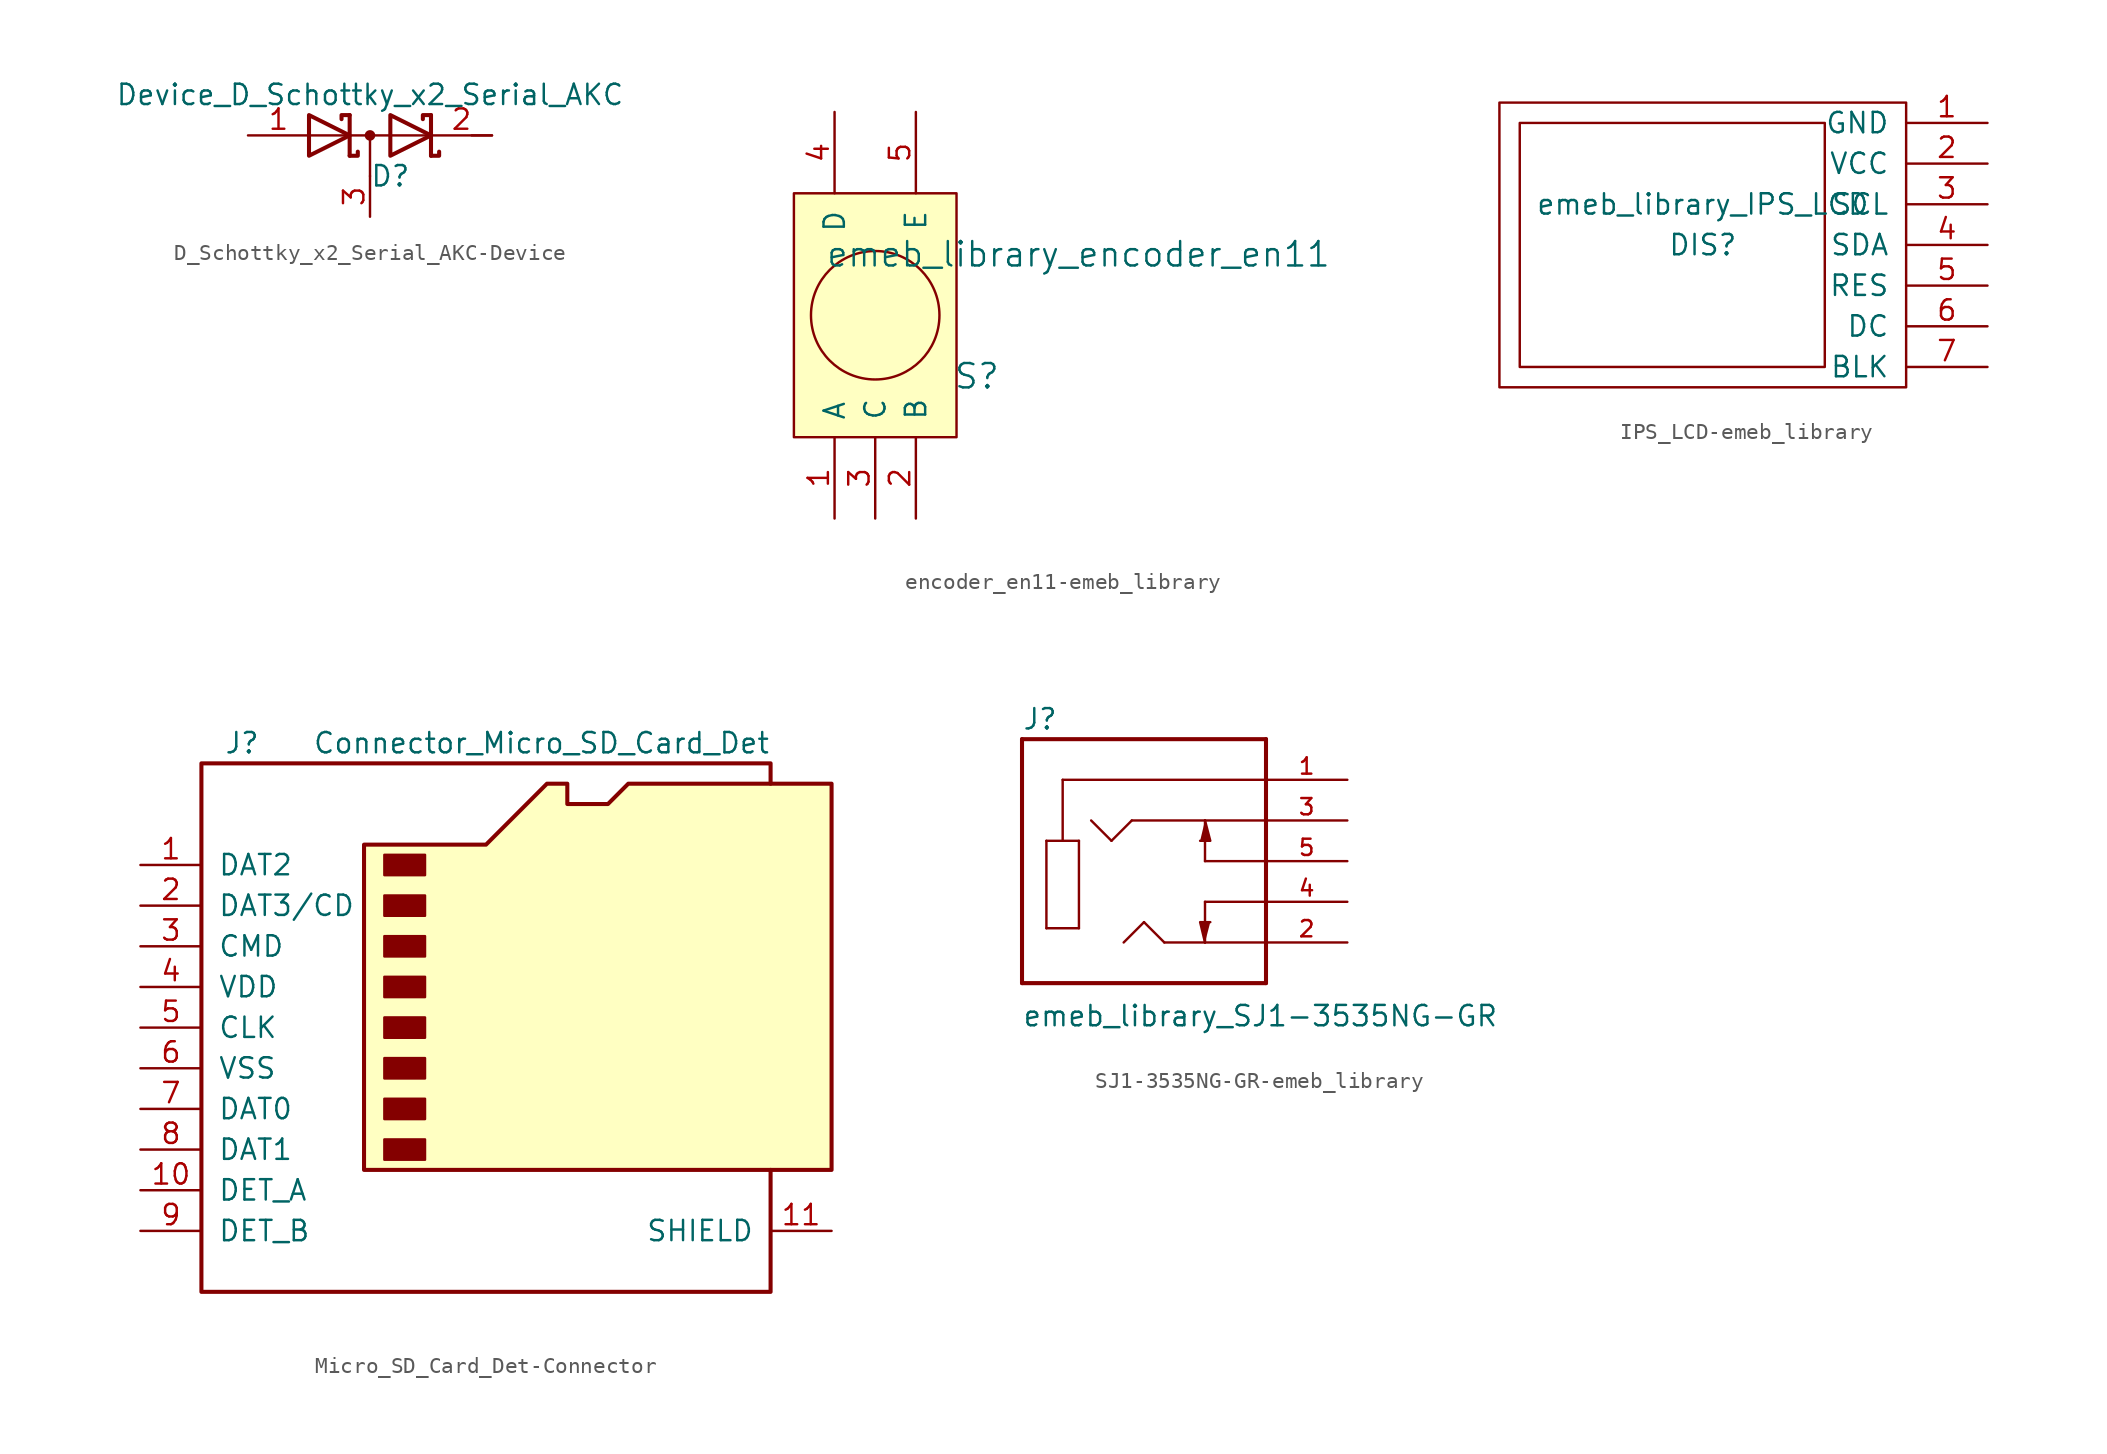
<source format=kicad_sym>
(kicad_symbol_lib
  (version 20231120)
  (generator "kicad_symbol_editor")
  (generator_version "8.0")
  (symbol "D_Schottky_x2_Serial_AKC-Device"
    (pin_names
      (offset 0.762) hide)
    (property "Reference" "D"
      (at 1.27 -2.54 0)
      (effects (font (size 1.27 1.27))))
    (property "Value" "Device_D_Schottky_x2_Serial_AKC"
      (at 0 2.54 0)
      (effects (font (size 1.27 1.27))))
    (symbol "D_Schottky_x2_Serial_AKC-Device_0_1"
      (polyline (pts (xy -3.81 0) (xy 3.81 0)) (stroke (width 0) (type solid)) (fill (type none)))
      (polyline (pts (xy 0 0) (xy 0 -2.54)) (stroke (width 0) (type solid)) (fill (type none)))
      (polyline (pts (xy 6.35 0) (xy 7.62 0)) (stroke (width 0) (type solid)) (fill (type none)))
      (polyline (pts (xy -1.27 -1.27) (xy -1.27 1.27) (xy -1.27 1.27)) (stroke (width 0.254) (type solid)) (fill (type none)))
      (polyline (pts (xy 3.81 1.27) (xy 3.81 -1.27) (xy 3.81 -1.27)) (stroke (width 0.254) (type solid)) (fill (type none)))
      (polyline (pts (xy -1.27 -1.27) (xy -0.762 -1.27) (xy -0.762 -1.016) (xy -0.762 -1.016)) (stroke (width 0.254) (type solid)) (fill (type none)))
      (polyline (pts (xy 3.81 -1.27) (xy 4.318 -1.27) (xy 4.318 -1.016) (xy 4.318 -1.016)) (stroke (width 0.254) (type solid)) (fill (type none)))
      (polyline (pts (xy 3.81 1.27) (xy 3.302 1.27) (xy 3.302 1.016) (xy 3.302 1.016)) (stroke (width 0.254) (type solid)) (fill (type none)))
      (polyline (pts (xy -1.778 1.016) (xy -1.778 1.27) (xy -1.27 1.27) (xy -1.27 1.27) (xy -1.27 1.27)) (stroke (width 0.254) (type solid)) (fill (type none)))
      (polyline (pts (xy -3.81 1.27) (xy -1.27 0) (xy -3.81 -1.27) (xy -3.81 1.27) (xy -3.81 1.27) (xy -3.81 1.27)) (stroke (width 0.254) (type solid)) (fill (type none)))
      (polyline (pts (xy 1.27 1.27) (xy 3.81 0) (xy 1.27 -1.27) (xy 1.27 1.27) (xy 1.27 1.27) (xy 1.27 1.27)) (stroke (width 0.254) (type solid)) (fill (type none)))
      (circle (center 0 0) (radius 0.254) (stroke (width 0) (type solid)) (fill (type outline)))
      (pin passive line (at -7.62 0 0) (length 3.81) (name "A" (effects (font (size 1.27 1.27)))) (number "1" (effects (font (size 1.27 1.27)))))
      (pin passive line (at 7.62 0 180) (length 3.81) (name "K" (effects (font (size 1.27 1.27)))) (number "2" (effects (font (size 1.27 1.27)))))
      (pin passive line (at 0 -5.08 90) (length 2.54) (name "common" (effects (font (size 1.27 1.27)))) (number "3" (effects (font (size 1.27 1.27)))))))
  (symbol "encoder_en11-emeb_library"
    (pin_names
      (offset 1.016))
    (property "Reference" "S"
      (at 6.35 -3.81 0)
      (effects (font (size 1.524 1.524))))
    (property "Value" "emeb_library_encoder_en11"
      (at 12.7 3.81 0)
      (effects (font (size 1.524 1.524))))
    (property "Footprint" ""
      (at 0 -7.62 0)
      (effects (font (size 1.524 1.524))))
    (property "Datasheet" ""
      (at 0 -7.62 0)
      (effects (font (size 1.524 1.524))))
    (symbol "encoder_en11-emeb_library_0_1"
      (rectangle (start -5.08 7.62) (end 5.08 -7.62) (stroke (width 0) (type solid)) (fill (type background)))
      (circle (center 0 0) (radius 4.013) (stroke (width 0) (type solid)) (fill (type none))))
    (symbol "encoder_en11-emeb_library_1_1"
      (pin input line (at -2.54 -12.7 90) (length 5.08) (name "A" (effects (font (size 1.27 1.27)))) (number "1" (effects (font (size 1.27 1.27)))))
      (pin input line (at 2.54 -12.7 90) (length 5.08) (name "B" (effects (font (size 1.27 1.27)))) (number "2" (effects (font (size 1.27 1.27)))))
      (pin input line (at 0 -12.7 90) (length 5.08) (name "C" (effects (font (size 1.27 1.27)))) (number "3" (effects (font (size 1.27 1.27)))))
      (pin input line (at -2.54 12.7 270) (length 5.08) (name "D" (effects (font (size 1.27 1.27)))) (number "4" (effects (font (size 1.27 1.27)))))
      (pin input line (at 2.54 12.7 270) (length 5.08) (name "E" (effects (font (size 1.27 1.27)))) (number "5" (effects (font (size 1.27 1.27)))))))
  (symbol "IPS_LCD-emeb_library"
    (pin_names
      (offset 1.016))
    (property "Reference" "DIS"
      (at 0 0 0)
      (effects (font (size 1.27 1.27))))
    (property "Value" "emeb_library_IPS_LCD"
      (at 0 2.54 0)
      (effects (font (size 1.27 1.27))))
    (symbol "IPS_LCD-emeb_library_0_1"
      (rectangle (start -12.7 8.89) (end 12.7 -8.89) (stroke (width 0) (type solid)) (fill (type none)))
      (rectangle (start -11.43 7.62) (end 7.62 -7.62) (stroke (width 0) (type solid)) (fill (type none))))
    (symbol "IPS_LCD-emeb_library_1_1"
      (pin power_in line (at 17.78 7.62 180) (length 5.08) (name "GND" (effects (font (size 1.27 1.27)))) (number "1" (effects (font (size 1.27 1.27)))))
      (pin power_in line (at 17.78 5.08 180) (length 5.08) (name "VCC" (effects (font (size 1.27 1.27)))) (number "2" (effects (font (size 1.27 1.27)))))
      (pin input line (at 17.78 2.54 180) (length 5.08) (name "SCL" (effects (font (size 1.27 1.27)))) (number "3" (effects (font (size 1.27 1.27)))))
      (pin input line (at 17.78 0 180) (length 5.08) (name "SDA" (effects (font (size 1.27 1.27)))) (number "4" (effects (font (size 1.27 1.27)))))
      (pin input line (at 17.78 -2.54 180) (length 5.08) (name "RES" (effects (font (size 1.27 1.27)))) (number "5" (effects (font (size 1.27 1.27)))))
      (pin input line (at 17.78 -5.08 180) (length 5.08) (name "DC" (effects (font (size 1.27 1.27)))) (number "6" (effects (font (size 1.27 1.27)))))
      (pin input line (at 17.78 -7.62 180) (length 5.08) (name "BLK" (effects (font (size 1.27 1.27)))) (number "7" (effects (font (size 1.27 1.27)))))))
  (symbol "Micro_SD_Card_Det-Connector"
    (pin_names
      (offset 1.016))
    (property "Reference" "J"
      (at -16.51 17.78 0)
      (effects (font (size 1.27 1.27))))
    (property "Value" "Connector_Micro_SD_Card_Det"
      (at 16.51 17.78 0)
      (effects (font (size 1.27 1.27)) (justify right)))
    (symbol "Micro_SD_Card_Det-Connector_0_1"
      (rectangle (start -7.62 -6.985) (end -5.08 -8.255) (stroke (width 0) (type solid)) (fill (type outline)))
      (rectangle (start -7.62 -4.445) (end -5.08 -5.715) (stroke (width 0) (type solid)) (fill (type outline)))
      (rectangle (start -7.62 -1.905) (end -5.08 -3.175) (stroke (width 0) (type solid)) (fill (type outline)))
      (rectangle (start -7.62 0.635) (end -5.08 -0.635) (stroke (width 0) (type solid)) (fill (type outline)))
      (rectangle (start -7.62 3.175) (end -5.08 1.905) (stroke (width 0) (type solid)) (fill (type outline)))
      (rectangle (start -7.62 5.715) (end -5.08 4.445) (stroke (width 0) (type solid)) (fill (type outline)))
      (rectangle (start -7.62 8.255) (end -5.08 6.985) (stroke (width 0) (type solid)) (fill (type outline)))
      (rectangle (start -7.62 10.795) (end -5.08 9.525) (stroke (width 0) (type solid)) (fill (type outline)))
      (polyline (pts (xy 16.51 15.24) (xy 16.51 16.51) (xy -19.05 16.51) (xy -19.05 -16.51) (xy 16.51 -16.51) (xy 16.51 -8.89)) (stroke (width 0.254) (type solid)) (fill (type none)))
      (polyline (pts (xy -8.89 -8.89) (xy -8.89 11.43) (xy -1.27 11.43) (xy 2.54 15.24) (xy 3.81 15.24) (xy 3.81 13.97) (xy 6.35 13.97) (xy 7.62 15.24) (xy 20.32 15.24) (xy 20.32 -8.89) (xy -8.89 -8.89)) (stroke (width 0.254) (type solid)) (fill (type background))))
    (symbol "Micro_SD_Card_Det-Connector_1_1"
      (pin bidirectional line (at -22.86 10.16 0) (length 3.81) (name "DAT2" (effects (font (size 1.27 1.27)))) (number "1" (effects (font (size 1.27 1.27)))))
      (pin passive line (at -22.86 -10.16 0) (length 3.81) (name "DET_A" (effects (font (size 1.27 1.27)))) (number "10" (effects (font (size 1.27 1.27)))))
      (pin passive line (at 20.32 -12.7 180) (length 3.81) (name "SHIELD" (effects (font (size 1.27 1.27)))) (number "11" (effects (font (size 1.27 1.27)))))
      (pin bidirectional line (at -22.86 7.62 0) (length 3.81) (name "DAT3/CD" (effects (font (size 1.27 1.27)))) (number "2" (effects (font (size 1.27 1.27)))))
      (pin input line (at -22.86 5.08 0) (length 3.81) (name "CMD" (effects (font (size 1.27 1.27)))) (number "3" (effects (font (size 1.27 1.27)))))
      (pin power_in line (at -22.86 2.54 0) (length 3.81) (name "VDD" (effects (font (size 1.27 1.27)))) (number "4" (effects (font (size 1.27 1.27)))))
      (pin input line (at -22.86 0 0) (length 3.81) (name "CLK" (effects (font (size 1.27 1.27)))) (number "5" (effects (font (size 1.27 1.27)))))
      (pin power_in line (at -22.86 -2.54 0) (length 3.81) (name "VSS" (effects (font (size 1.27 1.27)))) (number "6" (effects (font (size 1.27 1.27)))))
      (pin bidirectional line (at -22.86 -5.08 0) (length 3.81) (name "DAT0" (effects (font (size 1.27 1.27)))) (number "7" (effects (font (size 1.27 1.27)))))
      (pin bidirectional line (at -22.86 -7.62 0) (length 3.81) (name "DAT1" (effects (font (size 1.27 1.27)))) (number "8" (effects (font (size 1.27 1.27)))))
      (pin passive line (at -22.86 -12.7 0) (length 3.81) (name "DET_B" (effects (font (size 1.27 1.27)))) (number "9" (effects (font (size 1.27 1.27)))))))
  (symbol "SJ1-3535NG-GR-emeb_library"
    (pin_names
      (offset 1.016) hide)
    (property "Reference" "J"
      (at -7.62 8.128 0)
      (effects (font (size 1.27 1.27)) (justify left bottom)))
    (property "Value" "emeb_library_SJ1-3535NG-GR"
      (at -7.62 -10.414 0)
      (effects (font (size 1.27 1.27)) (justify left bottom)))
    (property "ki_locked" ""
      (at 0 0 0)
      (effects (font (size 1.27 1.27))))
    (symbol "SJ1-3535NG-GR-emeb_library_0_0"
      (polyline (pts (xy -7.62 -7.62) (xy -7.62 7.62)) (stroke (width 0.254) (type solid)) (fill (type none)))
      (polyline (pts (xy -7.62 7.62) (xy 7.62 7.62)) (stroke (width 0.254) (type solid)) (fill (type none)))
      (polyline (pts (xy -6.096 -4.191) (xy -6.096 1.27)) (stroke (width 0.152) (type solid)) (fill (type none)))
      (polyline (pts (xy -6.096 1.27) (xy -5.08 1.27)) (stroke (width 0.152) (type solid)) (fill (type none)))
      (polyline (pts (xy -5.08 1.27) (xy -4.064 1.27)) (stroke (width 0.152) (type solid)) (fill (type none)))
      (polyline (pts (xy -5.08 5.08) (xy -5.08 1.27)) (stroke (width 0.152) (type solid)) (fill (type none)))
      (polyline (pts (xy -4.064 -4.191) (xy -6.096 -4.191)) (stroke (width 0.152) (type solid)) (fill (type none)))
      (polyline (pts (xy -4.064 1.27) (xy -4.064 -4.191)) (stroke (width 0.152) (type solid)) (fill (type none)))
      (polyline (pts (xy -2.032 1.27) (xy -3.302 2.54)) (stroke (width 0.152) (type solid)) (fill (type none)))
      (polyline (pts (xy -0.762 2.54) (xy -2.032 1.27)) (stroke (width 0.152) (type solid)) (fill (type none)))
      (polyline (pts (xy 0 -3.81) (xy -1.27 -5.08)) (stroke (width 0.152) (type solid)) (fill (type none)))
      (polyline (pts (xy 1.27 -5.08) (xy 0 -3.81)) (stroke (width 0.152) (type solid)) (fill (type none)))
      (polyline (pts (xy 3.81 -5.08) (xy 1.27 -5.08)) (stroke (width 0.152) (type solid)) (fill (type none)))
      (polyline (pts (xy 3.81 -5.08) (xy 3.81 -2.54)) (stroke (width 0.152) (type solid)) (fill (type none)))
      (polyline (pts (xy 3.81 0) (xy 3.81 2.54)) (stroke (width 0.152) (type solid)) (fill (type none)))
      (polyline (pts (xy 3.81 2.54) (xy -0.762 2.54)) (stroke (width 0.152) (type solid)) (fill (type none)))
      (polyline (pts (xy 7.62 -7.62) (xy -7.62 -7.62)) (stroke (width 0.254) (type solid)) (fill (type none)))
      (polyline (pts (xy 7.62 -5.08) (xy 3.81 -5.08)) (stroke (width 0.152) (type solid)) (fill (type none)))
      (polyline (pts (xy 7.62 -5.08) (xy 7.62 -7.62)) (stroke (width 0.254) (type solid)) (fill (type none)))
      (polyline (pts (xy 7.62 -2.54) (xy 3.81 -2.54)) (stroke (width 0.152) (type solid)) (fill (type none)))
      (polyline (pts (xy 7.62 -2.54) (xy 7.62 -5.08)) (stroke (width 0.254) (type solid)) (fill (type none)))
      (polyline (pts (xy 7.62 0) (xy 3.81 0)) (stroke (width 0.152) (type solid)) (fill (type none)))
      (polyline (pts (xy 7.62 0) (xy 7.62 -2.54)) (stroke (width 0.254) (type solid)) (fill (type none)))
      (polyline (pts (xy 7.62 2.54) (xy 3.81 2.54)) (stroke (width 0.152) (type solid)) (fill (type none)))
      (polyline (pts (xy 7.62 2.54) (xy 7.62 0)) (stroke (width 0.254) (type solid)) (fill (type none)))
      (polyline (pts (xy 7.62 5.08) (xy -5.08 5.08)) (stroke (width 0.152) (type solid)) (fill (type none)))
      (polyline (pts (xy 7.62 5.08) (xy 7.62 2.54)) (stroke (width 0.254) (type solid)) (fill (type none)))
      (polyline (pts (xy 7.62 7.62) (xy 7.62 5.08)) (stroke (width 0.254) (type solid)) (fill (type none)))
      (polyline (pts (xy 3.81 -5.08) (xy 3.505 -3.81) (xy 4.14 -3.81)) (stroke (width 0.152) (type solid)) (fill (type outline)))
      (polyline (pts (xy 3.81 2.54) (xy 4.14 1.27) (xy 3.505 1.27)) (stroke (width 0.152) (type solid)) (fill (type outline)))
      (pin passive line (at 12.7 5.08 180) (length 5.08) (name "1" (effects (font (size 1.016 1.016)))) (number "1" (effects (font (size 1.016 1.016)))))
      (pin passive line (at 12.7 -5.08 180) (length 5.08) (name "2" (effects (font (size 1.016 1.016)))) (number "2" (effects (font (size 1.016 1.016)))))
      (pin passive line (at 12.7 2.54 180) (length 5.08) (name "3" (effects (font (size 1.016 1.016)))) (number "3" (effects (font (size 1.016 1.016)))))
      (pin passive line (at 12.7 -2.54 180) (length 5.08) (name "4" (effects (font (size 1.016 1.016)))) (number "4" (effects (font (size 1.016 1.016)))))
      (pin passive line (at 12.7 0 180) (length 5.08) (name "5" (effects (font (size 1.016 1.016)))) (number "5" (effects (font (size 1.016 1.016))))))))
</source>
